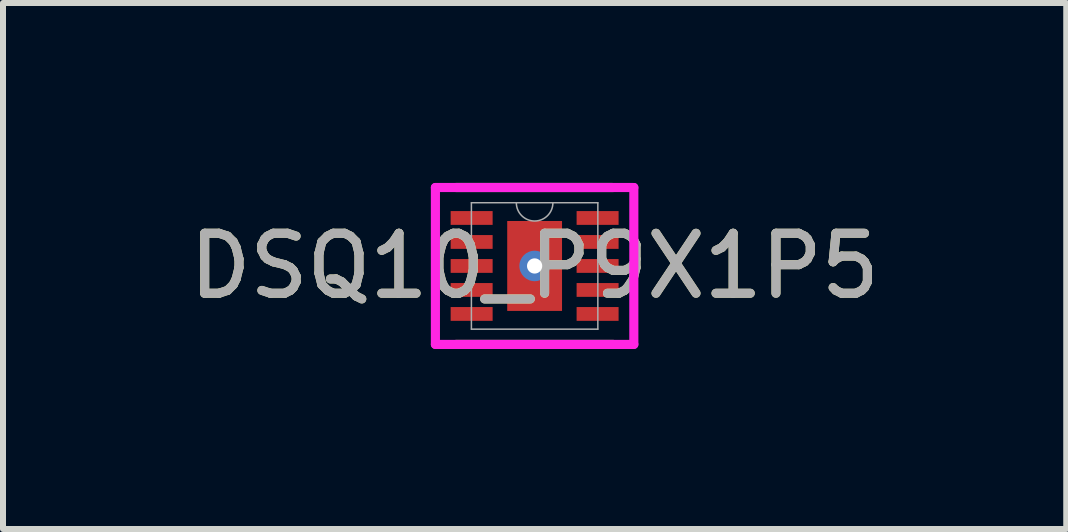
<source format=kicad_pcb>
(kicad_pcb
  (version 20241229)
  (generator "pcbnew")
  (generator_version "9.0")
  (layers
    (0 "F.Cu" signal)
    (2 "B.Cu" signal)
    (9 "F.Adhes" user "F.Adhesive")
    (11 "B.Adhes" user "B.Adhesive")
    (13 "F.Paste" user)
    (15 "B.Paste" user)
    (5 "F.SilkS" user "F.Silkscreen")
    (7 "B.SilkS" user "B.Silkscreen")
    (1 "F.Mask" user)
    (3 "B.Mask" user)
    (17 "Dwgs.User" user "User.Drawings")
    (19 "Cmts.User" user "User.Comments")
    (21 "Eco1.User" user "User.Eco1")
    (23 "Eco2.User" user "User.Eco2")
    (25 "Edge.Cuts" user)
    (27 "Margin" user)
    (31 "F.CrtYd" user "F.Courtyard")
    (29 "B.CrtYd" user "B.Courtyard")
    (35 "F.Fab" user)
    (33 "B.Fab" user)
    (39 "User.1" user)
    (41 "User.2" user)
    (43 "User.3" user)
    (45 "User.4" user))
  (footprint "DSQ10_P9X1P5"
    (layer "F.Cu")
    (at 5.863 1.384)
    (property "Reference" "DSQ10_P9X1P5" (at 0 0 0) (unlocked yes) (layer "F.SilkS") (effects (font (size 1 1) (thickness 0.15))))
    (attr smd)
    (fp_poly (pts (xy -1.47 -0.985) (xy -1.47 -0.615) (xy -0.63 -0.615) (xy -0.63 -0.985)) (stroke (width 0) (type solid)) (fill yes) (layer "F.Mask"))
    (fp_poly (pts (xy -1.47 -0.585) (xy -1.47 -0.215) (xy -0.63 -0.215) (xy -0.63 -0.585)) (stroke (width 0) (type solid)) (fill yes) (layer "F.Mask"))
    (fp_poly (pts (xy -1.47 -0.185) (xy -1.47 0.185) (xy -0.63 0.185) (xy -0.63 -0.185)) (stroke (width 0) (type solid)) (fill yes) (layer "F.Mask"))
    (fp_poly (pts (xy -1.47 0.215) (xy -1.47 0.585) (xy -0.63 0.585) (xy -0.63 0.215)) (stroke (width 0) (type solid)) (fill yes) (layer "F.Mask"))
    (fp_poly (pts (xy -1.47 0.615) (xy -1.47 0.985) (xy -0.63 0.985) (xy -0.63 0.615)) (stroke (width 0) (type solid)) (fill yes) (layer "F.Mask"))
    (fp_poly (pts (xy -0.521 -0.813) (xy -0.2 -0.813) (xy -0.2 0.813) (xy -0.521 0.813)) (stroke (width 0) (type solid)) (fill yes) (layer "F.Mask"))
    (fp_poly (pts (xy -0.521 -0.813) (xy 0.521 -0.813) (xy 0.521 -0.2) (xy -0.521 -0.2)) (stroke (width 0) (type solid)) (fill yes) (layer "F.Mask"))
    (fp_poly (pts (xy -0.521 0.2) (xy 0.521 0.2) (xy 0.521 0.813) (xy -0.521 0.813)) (stroke (width 0) (type solid)) (fill yes) (layer "F.Mask"))
    (fp_poly (pts (xy 0.2 -0.813) (xy 0.521 -0.813) (xy 0.521 0.813) (xy 0.2 0.813)) (stroke (width 0) (type solid)) (fill yes) (layer "F.Mask"))
    (fp_poly (pts (xy 0.63 -0.985) (xy 0.63 -0.615) (xy 1.47 -0.615) (xy 1.47 -0.985)) (stroke (width 0) (type solid)) (fill yes) (layer "F.Mask"))
    (fp_poly (pts (xy 0.63 -0.585) (xy 0.63 -0.215) (xy 1.47 -0.215) (xy 1.47 -0.585)) (stroke (width 0) (type solid)) (fill yes) (layer "F.Mask"))
    (fp_poly (pts (xy 0.63 -0.185) (xy 0.63 0.185) (xy 1.47 0.185) (xy 1.47 -0.185)) (stroke (width 0) (type solid)) (fill yes) (layer "F.Mask"))
    (fp_poly (pts (xy 0.63 0.215) (xy 0.63 0.585) (xy 1.47 0.585) (xy 1.47 0.215)) (stroke (width 0) (type solid)) (fill yes) (layer "F.Mask"))
    (fp_poly (pts (xy 0.63 0.615) (xy 0.63 0.985) (xy 1.47 0.985) (xy 1.47 0.615)) (stroke (width 0) (type solid)) (fill yes) (layer "F.Mask"))
    (fp_line (start -1.308 1.308) (end 1.308 1.308) (stroke (width 0.152) (type solid)) (layer "F.SilkS"))
    (fp_line (start 1.308 -1.308) (end -1.308 -1.308) (stroke (width 0.152) (type solid)) (layer "F.SilkS"))
    (fp_poly (pts (xy -1.399 -0.914) (xy -1.399 -0.686) (xy -0.701 -0.686) (xy -0.701 -0.914)) (stroke (width 0) (type solid)) (fill yes) (layer "F.Paste"))
    (fp_poly (pts (xy -1.399 -0.514) (xy -1.399 -0.286) (xy -0.701 -0.286) (xy -0.701 -0.514)) (stroke (width 0) (type solid)) (fill yes) (layer "F.Paste"))
    (fp_poly (pts (xy -1.399 -0.114) (xy -1.399 0.114) (xy -0.701 0.114) (xy -0.701 -0.114)) (stroke (width 0) (type solid)) (fill yes) (layer "F.Paste"))
    (fp_poly (pts (xy -1.399 0.286) (xy -1.399 0.514) (xy -0.701 0.514) (xy -0.701 0.286)) (stroke (width 0) (type solid)) (fill yes) (layer "F.Paste"))
    (fp_poly (pts (xy -1.399 0.686) (xy -1.399 0.914) (xy -0.701 0.914) (xy -0.701 0.686)) (stroke (width 0) (type solid)) (fill yes) (layer "F.Paste"))
    (fp_poly (pts (xy 0.701 -0.914) (xy 0.701 -0.686) (xy 1.399 -0.686) (xy 1.399 -0.914)) (stroke (width 0) (type solid)) (fill yes) (layer "F.Paste"))
    (fp_poly (pts (xy 0.701 -0.514) (xy 0.701 -0.286) (xy 1.399 -0.286) (xy 1.399 -0.514)) (stroke (width 0) (type solid)) (fill yes) (layer "F.Paste"))
    (fp_poly (pts (xy 0.701 -0.114) (xy 0.701 0.114) (xy 1.399 0.114) (xy 1.399 -0.114)) (stroke (width 0) (type solid)) (fill yes) (layer "F.Paste"))
    (fp_poly (pts (xy 0.701 0.286) (xy 0.701 0.514) (xy 1.399 0.514) (xy 1.399 0.286)) (stroke (width 0) (type solid)) (fill yes) (layer "F.Paste"))
    (fp_poly (pts (xy 0.701 0.686) (xy 0.701 0.914) (xy 1.399 0.914) (xy 1.399 0.686)) (stroke (width 0) (type solid)) (fill yes) (layer "F.Paste"))
    (fp_poly (pts (xy -0.382 -0.674) (xy -0.382 -0.1) (xy -0.241 -0.1) (xy -0.1 -0.241) (xy -0.1 -0.674)) (stroke (width 0) (type solid)) (fill yes) (layer "F.Paste"))
    (fp_poly (pts (xy -0.382 0.1) (xy -0.382 0.674) (xy -0.1 0.674) (xy -0.1 0.241) (xy -0.241 0.1)) (stroke (width 0) (type solid)) (fill yes) (layer "F.Paste"))
    (fp_poly (pts (xy 0.1 -0.674) (xy 0.1 -0.241) (xy 0.241 -0.1) (xy 0.382 -0.1) (xy 0.382 -0.674)) (stroke (width 0) (type solid)) (fill yes) (layer "F.Paste"))
    (fp_poly (pts (xy 0.241 0.1) (xy 0.1 0.241) (xy 0.1 0.674) (xy 0.382 0.674) (xy 0.382 0.1)) (stroke (width 0) (type solid)) (fill yes) (layer "F.Paste"))
    (fp_line (start -1.654 -1.308) (end 1.654 -1.308) (stroke (width 0.152) (type solid)) (layer "F.CrtYd"))
    (fp_line (start -1.654 1.308) (end -1.654 -1.308) (stroke (width 0.152) (type solid)) (layer "F.CrtYd"))
    (fp_line (start 1.654 -1.308) (end 1.654 1.308) (stroke (width 0.152) (type solid)) (layer "F.CrtYd"))
    (fp_line (start 1.654 1.308) (end -1.654 1.308) (stroke (width 0.152) (type solid)) (layer "F.CrtYd"))
    (fp_line (start -1.054 -1.054) (end -1.054 1.054) (stroke (width 0.025) (type solid)) (layer "F.Fab"))
    (fp_line (start -1.054 1.054) (end 1.054 1.054) (stroke (width 0.025) (type solid)) (layer "F.Fab"))
    (fp_line (start 1.054 -1.054) (end -1.054 -1.054) (stroke (width 0.025) (type solid)) (layer "F.Fab"))
    (fp_line (start 1.054 1.054) (end 1.054 -1.054) (stroke (width 0.025) (type solid)) (layer "F.Fab"))
    (fp_arc (start 0.3048 -1.0541) (mid 0 -0.7493) (end -0.3048 -1.0541) (stroke (width 0.0254) (type solid)) (layer "F.Fab"))
    (fp_text user "${REFERENCE}" (at 0 0 0) (unlocked yes) (layer "F.Fab") (effects (font (size 1 1) (thickness 0.15))))
    (pad "1" smd rect (at -1.05 -0.8) (size 0.7 0.23) (layers "F.Cu" "F.Mask"))
    (pad "2" smd rect (at -1.05 -0.4) (size 0.7 0.23) (layers "F.Cu" "F.Mask"))
    (pad "3" smd rect (at -1.05 0) (size 0.7 0.23) (layers "F.Cu" "F.Mask"))
    (pad "4" smd rect (at -1.05 0.4) (size 0.7 0.23) (layers "F.Cu" "F.Mask"))
    (pad "5" smd rect (at -1.05 0.8) (size 0.7 0.23) (layers "F.Cu" "F.Mask"))
    (pad "6" smd rect (at 1.05 0.8) (size 0.7 0.23) (layers "F.Cu" "F.Mask"))
    (pad "7" smd rect (at 1.05 0.4) (size 0.7 0.23) (layers "F.Cu" "F.Mask"))
    (pad "8" smd rect (at 1.05 0) (size 0.7 0.23) (layers "F.Cu" "F.Mask"))
    (pad "9" smd rect (at 1.05 -0.4) (size 0.7 0.23) (layers "F.Cu" "F.Mask"))
    (pad "10" smd rect (at 1.05 -0.8) (size 0.7 0.23) (layers "F.Cu" "F.Mask"))
    (pad "11" smd rect (at 0 0) (size 0.914 1.499) (layers "F.Cu"))
    (pad "V" thru_hole circle (at 0 0) (size 0.508 0.508) (drill 0.254) (layers "*.Cu" "*.Mask")))
  (gr_rect
    (start -3 -3)
    (end 14.726 5.769)
    (stroke (width 0.1) (type default))
    (fill no)
    (layer "Edge.Cuts")))
</source>
